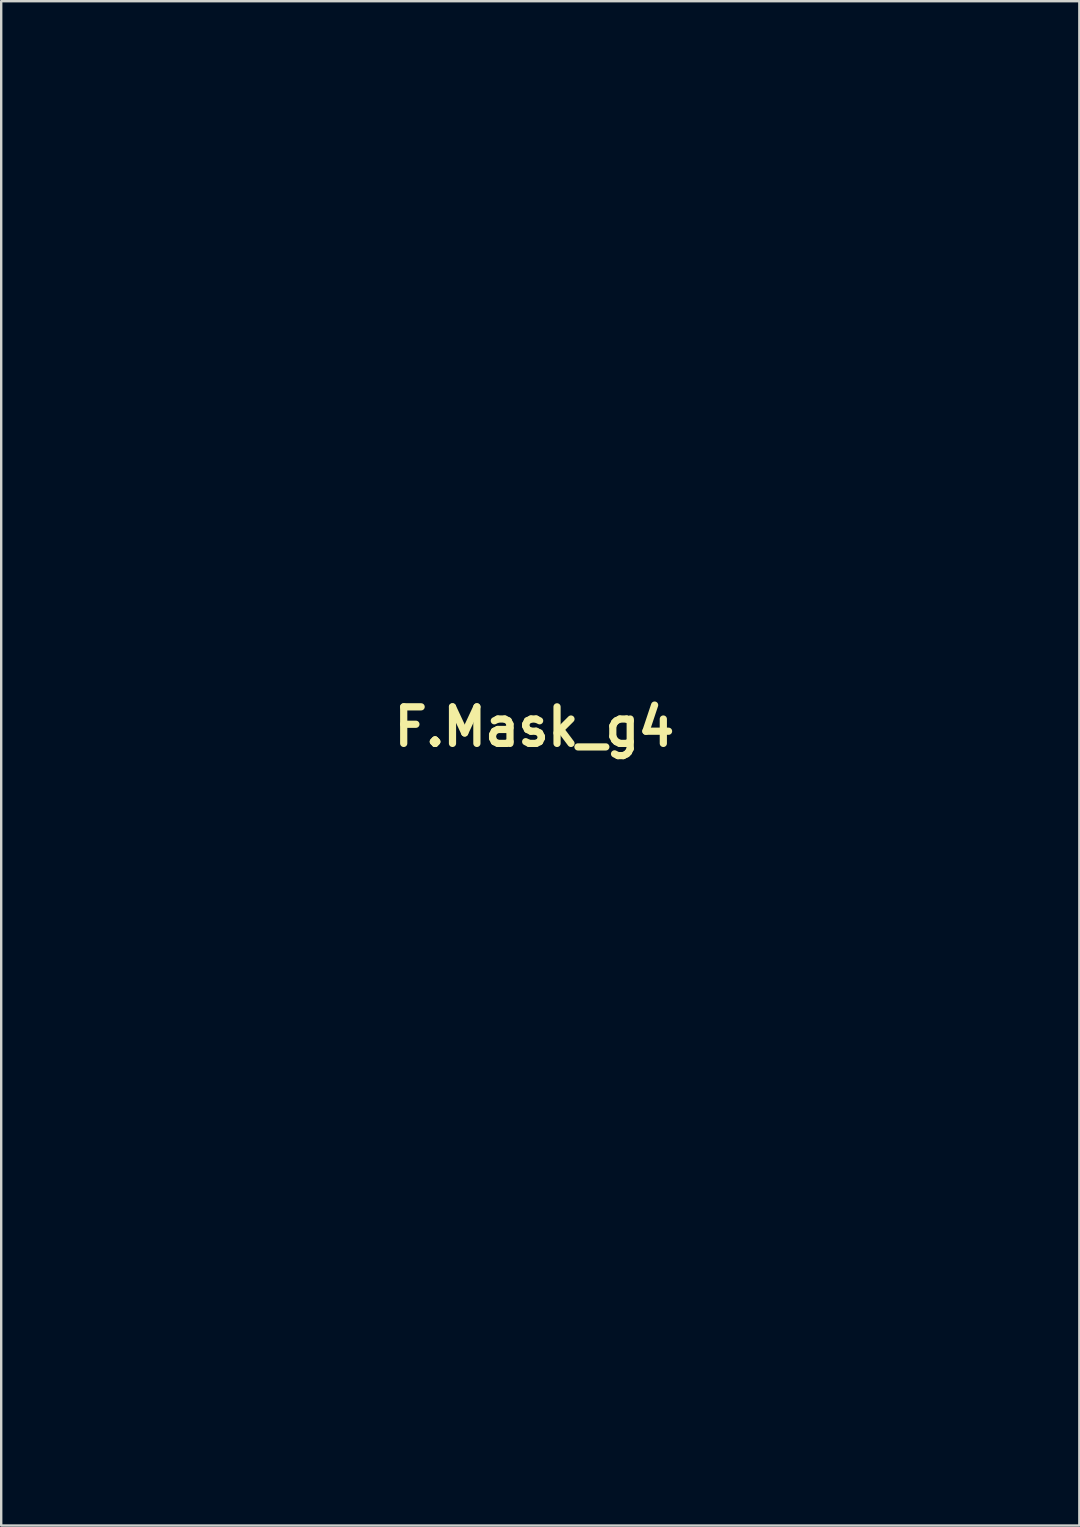
<source format=kicad_pcb>
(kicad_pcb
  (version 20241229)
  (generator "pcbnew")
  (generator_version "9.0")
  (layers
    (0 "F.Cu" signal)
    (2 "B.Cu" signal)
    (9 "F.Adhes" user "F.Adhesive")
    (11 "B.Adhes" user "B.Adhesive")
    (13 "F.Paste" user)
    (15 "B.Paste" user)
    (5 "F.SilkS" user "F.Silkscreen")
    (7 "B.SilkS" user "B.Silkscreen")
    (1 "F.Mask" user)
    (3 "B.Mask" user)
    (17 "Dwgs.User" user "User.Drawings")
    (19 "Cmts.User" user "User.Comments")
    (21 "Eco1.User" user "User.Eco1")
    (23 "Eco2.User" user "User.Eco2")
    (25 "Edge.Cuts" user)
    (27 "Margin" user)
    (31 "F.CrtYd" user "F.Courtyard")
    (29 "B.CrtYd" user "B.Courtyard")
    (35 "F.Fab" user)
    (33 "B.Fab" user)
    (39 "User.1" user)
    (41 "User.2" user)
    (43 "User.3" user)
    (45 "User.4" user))
  (footprint "F.Mask_g4"
    (layer "F.Cu")
    (at 19.208 27.225)
    (property "Reference" "F.Mask_g4" (at 0 0 0) (layer "F.SilkS") (effects (font (size 1.524 1.524) (thickness 0.3))))
    (attr through_hole)
    (fp_poly (pts (xy -12.169 -23.21) (xy -12.121 -23.176) (xy -12.078 -23.117) (xy -12.038 -23.027) (xy -12 -22.904) (xy -11.961 -22.745) (xy -11.937 -22.631) (xy -11.846 -22.232) (xy -11.734 -21.859) (xy -11.598 -21.497) (xy -11.478 -21.23) (xy -11.395 -21.048) (xy -11.334 -20.898) (xy -11.296 -20.779) (xy -11.28 -20.689) (xy -11.284 -20.624) (xy -11.31 -20.584) (xy -11.323 -20.575) (xy -11.368 -20.558) (xy -11.418 -20.557) (xy -11.483 -20.574) (xy -11.564 -20.604) (xy -11.68 -20.659) (xy -11.819 -20.735) (xy -11.971 -20.827) (xy -12.126 -20.927) (xy -12.275 -21.031) (xy -12.408 -21.131) (xy -12.509 -21.215) (xy -12.675 -21.384) (xy -12.809 -21.56) (xy -12.907 -21.74) (xy -12.966 -21.918) (xy -12.977 -21.973) (xy -12.985 -22.14) (xy -12.957 -22.311) (xy -12.892 -22.488) (xy -12.789 -22.674) (xy -12.647 -22.871) (xy -12.634 -22.887) (xy -12.512 -23.028) (xy -12.406 -23.13) (xy -12.314 -23.194) (xy -12.236 -23.219) (xy -12.224 -23.22) (xy -12.169 -23.21)) (stroke (width 0.01) (type solid)) (fill yes) (layer "F.Mask"))
    (fp_poly (pts (xy -9.659 -25.008) (xy -9.623 -24.941) (xy -9.593 -24.839) (xy -9.572 -24.705) (xy -9.558 -24.544) (xy -9.554 -24.359) (xy -9.558 -24.153) (xy -9.558 -24.151) (xy -9.563 -23.967) (xy -9.56 -23.775) (xy -9.55 -23.598) (xy -9.548 -23.569) (xy -9.509 -23.215) (xy -9.455 -22.828) (xy -9.386 -22.416) (xy -9.303 -21.985) (xy -9.209 -21.543) (xy -9.104 -21.094) (xy -8.989 -20.647) (xy -8.879 -20.25) (xy -8.843 -20.124) (xy -8.812 -20.009) (xy -8.787 -19.913) (xy -8.77 -19.842) (xy -8.763 -19.805) (xy -8.763 -19.803) (xy -8.778 -19.743) (xy -8.82 -19.713) (xy -8.886 -19.713) (xy -8.97 -19.745) (xy -8.975 -19.748) (xy -9.065 -19.807) (xy -9.175 -19.897) (xy -9.298 -20.012) (xy -9.432 -20.149) (xy -9.572 -20.301) (xy -9.713 -20.465) (xy -9.851 -20.635) (xy -9.982 -20.806) (xy -10.1 -20.974) (xy -10.131 -21.02) (xy -10.3 -21.305) (xy -10.43 -21.586) (xy -10.523 -21.87) (xy -10.579 -22.162) (xy -10.601 -22.469) (xy -10.597 -22.693) (xy -10.563 -23.049) (xy -10.497 -23.415) (xy -10.402 -23.783) (xy -10.282 -24.14) (xy -10.139 -24.475) (xy -10.045 -24.659) (xy -9.988 -24.754) (xy -9.922 -24.844) (xy -9.854 -24.925) (xy -9.791 -24.988) (xy -9.737 -25.027) (xy -9.702 -25.037) (xy -9.659 -25.008)) (stroke (width 0.01) (type solid)) (fill yes) (layer "F.Mask"))
    (fp_poly (pts (xy -2.37 -23.203) (xy -2.273 -23.156) (xy -2.168 -23.084) (xy -2.061 -22.993) (xy -1.96 -22.889) (xy -1.872 -22.777) (xy -1.856 -22.754) (xy -1.771 -22.606) (xy -1.718 -22.46) (xy -1.692 -22.301) (xy -1.688 -22.183) (xy -1.694 -22.043) (xy -1.715 -21.92) (xy -1.755 -21.798) (xy -1.816 -21.665) (xy -1.855 -21.592) (xy -1.923 -21.49) (xy -2.018 -21.375) (xy -2.133 -21.253) (xy -2.259 -21.133) (xy -2.388 -21.023) (xy -2.512 -20.932) (xy -2.524 -20.925) (xy -2.661 -20.84) (xy -2.802 -20.762) (xy -2.94 -20.693) (xy -3.068 -20.636) (xy -3.182 -20.594) (xy -3.274 -20.568) (xy -3.34 -20.562) (xy -3.36 -20.566) (xy -3.381 -20.597) (xy -3.385 -20.654) (xy -3.37 -20.729) (xy -3.353 -20.778) (xy -3.334 -20.821) (xy -3.3 -20.896) (xy -3.254 -20.995) (xy -3.199 -21.11) (xy -3.14 -21.236) (xy -3.123 -21.273) (xy -3.013 -21.509) (xy -2.925 -21.716) (xy -2.855 -21.904) (xy -2.801 -22.078) (xy -2.761 -22.247) (xy -2.732 -22.418) (xy -2.713 -22.598) (xy -2.71 -22.638) (xy -2.7 -22.75) (xy -2.689 -22.854) (xy -2.677 -22.94) (xy -2.666 -22.995) (xy -2.665 -22.997) (xy -2.632 -23.07) (xy -2.581 -23.138) (xy -2.522 -23.191) (xy -2.465 -23.218) (xy -2.451 -23.22) (xy -2.37 -23.203)) (stroke (width 0.01) (type solid)) (fill yes) (layer "F.Mask"))
    (fp_poly (pts (xy -4.844 -25.163) (xy -4.784 -25.103) (xy -4.717 -25.01) (xy -4.643 -24.888) (xy -4.565 -24.739) (xy -4.483 -24.565) (xy -4.399 -24.37) (xy -4.32 -24.166) (xy -4.189 -23.79) (xy -4.088 -23.441) (xy -4.016 -23.116) (xy -3.974 -22.812) (xy -3.96 -22.525) (xy -3.975 -22.255) (xy -4.019 -21.996) (xy -4.075 -21.791) (xy -4.175 -21.533) (xy -4.31 -21.263) (xy -4.476 -20.986) (xy -4.67 -20.71) (xy -4.769 -20.584) (xy -4.857 -20.479) (xy -4.961 -20.363) (xy -5.073 -20.241) (xy -5.189 -20.12) (xy -5.301 -20.008) (xy -5.402 -19.911) (xy -5.487 -19.835) (xy -5.528 -19.802) (xy -5.62 -19.742) (xy -5.697 -19.71) (xy -5.753 -19.708) (xy -5.786 -19.737) (xy -5.787 -19.74) (xy -5.796 -19.785) (xy -5.8 -19.838) (xy -5.794 -19.886) (xy -5.779 -19.97) (xy -5.756 -20.086) (xy -5.724 -20.229) (xy -5.686 -20.395) (xy -5.642 -20.579) (xy -5.593 -20.777) (xy -5.541 -20.984) (xy -5.513 -21.093) (xy -5.375 -21.671) (xy -5.264 -22.23) (xy -5.18 -22.78) (xy -5.12 -23.33) (xy -5.083 -23.894) (xy -5.08 -23.961) (xy -5.066 -24.255) (xy -5.049 -24.51) (xy -5.03 -24.725) (xy -5.009 -24.899) (xy -4.986 -25.033) (xy -4.96 -25.125) (xy -4.932 -25.176) (xy -4.932 -25.176) (xy -4.893 -25.188) (xy -4.844 -25.163)) (stroke (width 0.01) (type solid)) (fill yes) (layer "F.Mask"))
    (fp_poly (pts (xy 4.293 -14.859) (xy 4.3 -14.838) (xy 4.288 -14.793) (xy 4.263 -14.715) (xy 4.229 -14.609) (xy 4.186 -14.48) (xy 4.136 -14.334) (xy 4.082 -14.177) (xy 4.026 -14.013) (xy 3.968 -13.849) (xy 3.912 -13.689) (xy 3.859 -13.539) (xy 3.811 -13.406) (xy 3.77 -13.293) (xy 3.737 -13.206) (xy 3.716 -13.152) (xy 3.709 -13.138) (xy 3.619 -13.012) (xy 3.503 -12.912) (xy 3.369 -12.845) (xy 3.358 -12.841) (xy 3.27 -12.819) (xy 3.148 -12.795) (xy 3 -12.77) (xy 2.833 -12.746) (xy 2.656 -12.723) (xy 2.475 -12.702) (xy 2.3 -12.684) (xy 2.137 -12.671) (xy 1.995 -12.662) (xy 1.882 -12.66) (xy 1.875 -12.66) (xy 1.772 -12.665) (xy 1.66 -12.673) (xy 1.587 -12.681) (xy 1.472 -12.699) (xy 1.35 -12.724) (xy 1.231 -12.753) (xy 1.127 -12.784) (xy 1.048 -12.813) (xy 1.019 -12.828) (xy 0.958 -12.882) (xy 0.934 -12.946) (xy 0.948 -13.02) (xy 1.001 -13.106) (xy 1.093 -13.203) (xy 1.224 -13.313) (xy 1.396 -13.435) (xy 1.418 -13.45) (xy 1.592 -13.561) (xy 1.797 -13.684) (xy 2.028 -13.817) (xy 2.277 -13.956) (xy 2.537 -14.096) (xy 2.802 -14.234) (xy 3.065 -14.368) (xy 3.318 -14.492) (xy 3.555 -14.604) (xy 3.769 -14.699) (xy 3.916 -14.76) (xy 4.062 -14.815) (xy 4.174 -14.85) (xy 4.251 -14.865) (xy 4.293 -14.859)) (stroke (width 0.01) (type solid)) (fill yes) (layer "F.Mask"))
    (fp_poly (pts (xy -18.833 -15.014) (xy -18.738 -14.973) (xy -18.613 -14.912) (xy -18.462 -14.833) (xy -18.286 -14.735) (xy -18.15 -14.657) (xy -17.912 -14.519) (xy -17.705 -14.4) (xy -17.528 -14.298) (xy -17.375 -14.211) (xy -17.243 -14.136) (xy -17.128 -14.072) (xy -17.026 -14.016) (xy -16.933 -13.966) (xy -16.845 -13.919) (xy -16.758 -13.874) (xy -16.669 -13.829) (xy -16.658 -13.824) (xy -16.523 -13.757) (xy -16.382 -13.688) (xy -16.247 -13.624) (xy -16.128 -13.569) (xy -16.055 -13.537) (xy -15.873 -13.455) (xy -15.73 -13.383) (xy -15.621 -13.317) (xy -15.544 -13.255) (xy -15.496 -13.197) (xy -15.475 -13.138) (xy -15.473 -13.113) (xy -15.479 -13.066) (xy -15.504 -13.023) (xy -15.553 -12.972) (xy -15.572 -12.955) (xy -15.722 -12.848) (xy -15.9 -12.766) (xy -16.108 -12.709) (xy -16.347 -12.677) (xy -16.619 -12.67) (xy -16.87 -12.682) (xy -16.995 -12.693) (xy -17.14 -12.711) (xy -17.296 -12.732) (xy -17.453 -12.756) (xy -17.603 -12.781) (xy -17.734 -12.806) (xy -17.838 -12.829) (xy -17.879 -12.84) (xy -18.037 -12.907) (xy -18.172 -13.01) (xy -18.28 -13.14) (xy -18.33 -13.225) (xy -18.387 -13.337) (xy -18.447 -13.472) (xy -18.511 -13.623) (xy -18.576 -13.786) (xy -18.64 -13.958) (xy -18.702 -14.131) (xy -18.76 -14.303) (xy -18.813 -14.468) (xy -18.858 -14.62) (xy -18.894 -14.756) (xy -18.921 -14.871) (xy -18.934 -14.959) (xy -18.935 -15.015) (xy -18.927 -15.033) (xy -18.897 -15.034) (xy -18.833 -15.014)) (stroke (width 0.01) (type solid)) (fill yes) (layer "F.Mask"))
    (fp_poly (pts (xy -18.435 -19.538) (xy -18.404 -19.49) (xy -18.356 -19.415) (xy -18.294 -19.316) (xy -18.222 -19.198) (xy -18.14 -19.065) (xy -18.097 -18.993) (xy -17.967 -18.78) (xy -17.855 -18.598) (xy -17.758 -18.442) (xy -17.672 -18.305) (xy -17.593 -18.183) (xy -17.518 -18.069) (xy -17.444 -17.96) (xy -17.366 -17.847) (xy -17.281 -17.728) (xy -17.27 -17.713) (xy -17.089 -17.463) (xy -16.912 -17.225) (xy -16.732 -16.992) (xy -16.545 -16.756) (xy -16.342 -16.509) (xy -16.119 -16.242) (xy -16.023 -16.129) (xy -15.834 -15.905) (xy -15.672 -15.709) (xy -15.534 -15.539) (xy -15.419 -15.39) (xy -15.325 -15.261) (xy -15.25 -15.149) (xy -15.191 -15.05) (xy -15.146 -14.963) (xy -15.146 -14.963) (xy -15.107 -14.867) (xy -15.094 -14.798) (xy -15.108 -14.753) (xy -15.133 -14.733) (xy -15.163 -14.72) (xy -15.195 -14.715) (xy -15.236 -14.719) (xy -15.293 -14.735) (xy -15.372 -14.764) (xy -15.479 -14.807) (xy -15.547 -14.835) (xy -16.102 -15.075) (xy -16.618 -15.318) (xy -17.097 -15.564) (xy -17.543 -15.815) (xy -17.956 -16.073) (xy -18.342 -16.339) (xy -18.576 -16.516) (xy -18.743 -16.651) (xy -18.878 -16.775) (xy -18.98 -16.884) (xy -19.048 -16.977) (xy -19.073 -17.029) (xy -19.087 -17.095) (xy -19.097 -17.183) (xy -19.099 -17.261) (xy -19.091 -17.366) (xy -19.072 -17.503) (xy -19.043 -17.665) (xy -19.007 -17.846) (xy -18.964 -18.037) (xy -18.916 -18.231) (xy -18.866 -18.42) (xy -18.814 -18.598) (xy -18.768 -18.743) (xy -18.747 -18.8) (xy -18.717 -18.882) (xy -18.679 -18.981) (xy -18.636 -19.09) (xy -18.592 -19.202) (xy -18.549 -19.31) (xy -18.51 -19.406) (xy -18.478 -19.484) (xy -18.456 -19.536) (xy -18.447 -19.554) (xy -18.435 -19.538)) (stroke (width 0.01) (type solid)) (fill yes) (layer "F.Mask"))
    (fp_poly (pts (xy 3.857 -19.502) (xy 3.886 -19.467) (xy 3.922 -19.396) (xy 3.965 -19.293) (xy 4.014 -19.163) (xy 4.066 -19.011) (xy 4.121 -18.841) (xy 4.177 -18.659) (xy 4.233 -18.468) (xy 4.287 -18.275) (xy 4.338 -18.083) (xy 4.386 -17.897) (xy 4.427 -17.722) (xy 4.461 -17.563) (xy 4.487 -17.425) (xy 4.503 -17.312) (xy 4.508 -17.235) (xy 4.5 -17.163) (xy 4.472 -17.088) (xy 4.422 -17.008) (xy 4.348 -16.919) (xy 4.247 -16.817) (xy 4.117 -16.701) (xy 3.954 -16.566) (xy 3.884 -16.51) (xy 3.799 -16.446) (xy 3.685 -16.365) (xy 3.549 -16.271) (xy 3.397 -16.168) (xy 3.238 -16.063) (xy 3.078 -15.959) (xy 2.925 -15.861) (xy 2.784 -15.774) (xy 2.699 -15.723) (xy 2.419 -15.562) (xy 2.149 -15.414) (xy 1.889 -15.28) (xy 1.644 -15.16) (xy 1.414 -15.057) (xy 1.204 -14.97) (xy 1.015 -14.901) (xy 0.85 -14.852) (xy 0.712 -14.822) (xy 0.603 -14.814) (xy 0.526 -14.828) (xy 0.51 -14.836) (xy 0.491 -14.872) (xy 0.494 -14.905) (xy 0.519 -14.963) (xy 0.571 -15.051) (xy 0.649 -15.167) (xy 0.752 -15.31) (xy 0.879 -15.478) (xy 1.029 -15.669) (xy 1.2 -15.882) (xy 1.392 -16.116) (xy 1.602 -16.368) (xy 1.641 -16.415) (xy 1.765 -16.564) (xy 1.906 -16.741) (xy 2.058 -16.936) (xy 2.216 -17.141) (xy 2.373 -17.349) (xy 2.522 -17.55) (xy 2.658 -17.737) (xy 2.773 -17.902) (xy 2.779 -17.91) (xy 2.848 -18.013) (xy 2.932 -18.143) (xy 3.024 -18.287) (xy 3.116 -18.434) (xy 3.201 -18.574) (xy 3.205 -18.58) (xy 3.354 -18.826) (xy 3.484 -19.033) (xy 3.595 -19.203) (xy 3.687 -19.334) (xy 3.76 -19.429) (xy 3.815 -19.485) (xy 3.85 -19.504) (xy 3.857 -19.502)) (stroke (width 0.01) (type solid)) (fill yes) (layer "F.Mask"))
    (fp_poly (pts (xy -6.531 -27.173) (xy -6.523 -27.129) (xy -6.511 -27.05) (xy -6.496 -26.943) (xy -6.478 -26.814) (xy -6.459 -26.669) (xy -6.439 -26.517) (xy -6.419 -26.362) (xy -6.4 -26.213) (xy -6.383 -26.075) (xy -6.369 -25.956) (xy -6.36 -25.876) (xy -6.33 -25.532) (xy -6.314 -25.181) (xy -6.312 -24.819) (xy -6.324 -24.442) (xy -6.351 -24.045) (xy -6.392 -23.623) (xy -6.449 -23.174) (xy -6.52 -22.691) (xy -6.562 -22.437) (xy -6.599 -22.216) (xy -6.642 -21.974) (xy -6.688 -21.718) (xy -6.737 -21.45) (xy -6.788 -21.176) (xy -6.839 -20.9) (xy -6.892 -20.628) (xy -6.943 -20.364) (xy -6.992 -20.112) (xy -7.039 -19.877) (xy -7.083 -19.665) (xy -7.122 -19.479) (xy -7.156 -19.325) (xy -7.183 -19.208) (xy -7.187 -19.192) (xy -7.225 -19.053) (xy -7.258 -18.953) (xy -7.289 -18.891) (xy -7.318 -18.865) (xy -7.347 -18.872) (xy -7.361 -18.886) (xy -7.389 -18.928) (xy -7.415 -18.982) (xy -7.441 -19.053) (xy -7.466 -19.143) (xy -7.492 -19.258) (xy -7.521 -19.402) (xy -7.552 -19.577) (xy -7.586 -19.788) (xy -7.609 -19.928) (xy -7.703 -20.484) (xy -7.812 -21.056) (xy -7.934 -21.623) (xy -7.948 -21.685) (xy -8.032 -22.067) (xy -8.103 -22.42) (xy -8.163 -22.753) (xy -8.212 -23.077) (xy -8.252 -23.402) (xy -8.285 -23.738) (xy -8.312 -24.096) (xy -8.321 -24.225) (xy -8.33 -24.427) (xy -8.335 -24.651) (xy -8.335 -24.886) (xy -8.332 -25.123) (xy -8.324 -25.353) (xy -8.313 -25.567) (xy -8.299 -25.754) (xy -8.287 -25.865) (xy -8.274 -25.95) (xy -8.254 -26.068) (xy -8.228 -26.211) (xy -8.198 -26.371) (xy -8.165 -26.539) (xy -8.132 -26.706) (xy -8.099 -26.865) (xy -8.068 -27.007) (xy -8.041 -27.124) (xy -8.03 -27.17) (xy -8.018 -27.22) (xy -6.541 -27.22) (xy -6.531 -27.173)) (stroke (width 0.01) (type solid)) (fill yes) (layer "F.Mask"))
    (fp_poly (pts (xy -5.339 26.239) (xy -5.234 26.281) (xy -5.1 26.349) (xy -4.939 26.443) (xy -4.787 26.54) (xy -4.64 26.634) (xy -4.518 26.707) (xy -4.412 26.762) (xy -4.313 26.805) (xy -4.213 26.839) (xy -4.12 26.865) (xy -4.058 26.88) (xy -4.001 26.89) (xy -3.94 26.897) (xy -3.868 26.901) (xy -3.778 26.902) (xy -3.661 26.9) (xy -3.51 26.896) (xy -3.503 26.896) (xy -3.13 26.877) (xy -2.781 26.842) (xy -2.458 26.791) (xy -2.164 26.726) (xy -1.903 26.646) (xy -1.676 26.553) (xy -1.486 26.447) (xy -1.471 26.437) (xy -1.359 26.368) (xy -1.261 26.319) (xy -1.183 26.295) (xy -1.149 26.293) (xy -1.107 26.306) (xy -1.071 26.336) (xy -1.039 26.389) (xy -1.01 26.47) (xy -0.979 26.583) (xy -0.95 26.713) (xy -0.908 26.954) (xy -0.888 27.163) (xy -0.893 27.346) (xy -0.922 27.505) (xy -0.978 27.646) (xy -1.06 27.772) (xy -1.17 27.889) (xy -1.189 27.905) (xy -1.315 28.001) (xy -1.474 28.099) (xy -1.661 28.198) (xy -1.866 28.292) (xy -2.083 28.38) (xy -2.303 28.458) (xy -2.519 28.522) (xy -2.699 28.565) (xy -2.893 28.593) (xy -3.107 28.607) (xy -3.322 28.604) (xy -3.514 28.587) (xy -3.714 28.552) (xy -3.933 28.505) (xy -4.159 28.449) (xy -4.38 28.387) (xy -4.586 28.322) (xy -4.763 28.257) (xy -4.796 28.243) (xy -4.903 28.194) (xy -5.018 28.133) (xy -5.119 28.073) (xy -5.136 28.062) (xy -5.259 27.971) (xy -5.359 27.873) (xy -5.44 27.763) (xy -5.503 27.636) (xy -5.551 27.488) (xy -5.586 27.311) (xy -5.609 27.102) (xy -5.621 26.924) (xy -5.626 26.715) (xy -5.618 26.546) (xy -5.596 26.414) (xy -5.56 26.318) (xy -5.509 26.256) (xy -5.443 26.228) (xy -5.414 26.226) (xy -5.339 26.239)) (stroke (width 0.01) (type solid)) (fill yes) (layer "F.Mask"))
    (fp_poly (pts (xy -14.285 -19.742) (xy -13.877 -19.733) (xy -13.491 -19.717) (xy -13.13 -19.697) (xy -12.796 -19.671) (xy -12.493 -19.64) (xy -12.224 -19.605) (xy -11.99 -19.565) (xy -11.796 -19.52) (xy -11.772 -19.514) (xy -11.463 -19.405) (xy -11.163 -19.257) (xy -10.875 -19.071) (xy -10.603 -18.85) (xy -10.348 -18.595) (xy -10.113 -18.308) (xy -9.922 -18.028) (xy -9.785 -17.789) (xy -9.655 -17.526) (xy -9.536 -17.25) (xy -9.434 -16.974) (xy -9.352 -16.708) (xy -9.311 -16.539) (xy -9.283 -16.374) (xy -9.268 -16.206) (xy -9.264 -16.046) (xy -9.274 -15.903) (xy -9.296 -15.789) (xy -9.301 -15.773) (xy -9.34 -15.679) (xy -9.39 -15.607) (xy -9.458 -15.553) (xy -9.551 -15.51) (xy -9.678 -15.473) (xy -9.709 -15.466) (xy -9.834 -15.439) (xy -9.978 -15.411) (xy -10.118 -15.388) (xy -10.18 -15.379) (xy -10.297 -15.365) (xy -10.442 -15.354) (xy -10.604 -15.345) (xy -10.773 -15.338) (xy -10.936 -15.334) (xy -11.084 -15.333) (xy -11.204 -15.336) (xy -11.239 -15.338) (xy -11.67 -15.388) (xy -12.107 -15.472) (xy -12.542 -15.589) (xy -12.96 -15.735) (xy -13.078 -15.783) (xy -13.408 -15.935) (xy -13.735 -16.113) (xy -14.049 -16.311) (xy -14.343 -16.523) (xy -14.609 -16.745) (xy -14.799 -16.928) (xy -14.952 -17.099) (xy -15.107 -17.292) (xy -15.259 -17.503) (xy -15.408 -17.725) (xy -15.549 -17.956) (xy -15.68 -18.19) (xy -15.8 -18.422) (xy -15.905 -18.647) (xy -15.993 -18.861) (xy -16.061 -19.059) (xy -16.107 -19.236) (xy -16.128 -19.387) (xy -16.129 -19.425) (xy -16.118 -19.536) (xy -16.084 -19.617) (xy -16.022 -19.674) (xy -15.976 -19.698) (xy -15.948 -19.708) (xy -15.915 -19.717) (xy -15.871 -19.724) (xy -15.813 -19.729) (xy -15.736 -19.734) (xy -15.634 -19.737) (xy -15.504 -19.74) (xy -15.341 -19.742) (xy -15.155 -19.744) (xy -14.712 -19.746) (xy -14.285 -19.742)) (stroke (width 0.01) (type solid)) (fill yes) (layer "F.Mask"))
    (fp_poly (pts (xy -11.631 26.069) (xy -11.585 26.103) (xy -11.519 26.153) (xy -11.44 26.215) (xy -11.434 26.22) (xy -11.301 26.323) (xy -11.185 26.405) (xy -11.074 26.473) (xy -10.956 26.536) (xy -10.816 26.6) (xy -10.789 26.612) (xy -10.515 26.722) (xy -10.212 26.824) (xy -9.894 26.915) (xy -9.573 26.992) (xy -9.326 27.04) (xy -9.204 27.059) (xy -9.093 27.07) (xy -8.987 27.073) (xy -8.881 27.067) (xy -8.77 27.05) (xy -8.648 27.021) (xy -8.509 26.98) (xy -8.349 26.924) (xy -8.162 26.854) (xy -7.942 26.768) (xy -7.906 26.753) (xy -7.757 26.694) (xy -7.605 26.635) (xy -7.46 26.58) (xy -7.332 26.532) (xy -7.229 26.495) (xy -7.203 26.486) (xy -7.1 26.452) (xy -7.03 26.431) (xy -6.985 26.422) (xy -6.956 26.423) (xy -6.938 26.434) (xy -6.933 26.438) (xy -6.909 26.484) (xy -6.889 26.565) (xy -6.875 26.676) (xy -6.866 26.809) (xy -6.864 26.958) (xy -6.869 27.114) (xy -6.883 27.341) (xy -6.904 27.531) (xy -6.931 27.687) (xy -6.967 27.816) (xy -7.012 27.92) (xy -7.068 28.006) (xy -7.131 28.073) (xy -7.213 28.137) (xy -7.324 28.21) (xy -7.452 28.284) (xy -7.588 28.354) (xy -7.655 28.386) (xy -7.858 28.468) (xy -8.082 28.543) (xy -8.318 28.609) (xy -8.561 28.665) (xy -8.802 28.71) (xy -9.036 28.742) (xy -9.254 28.761) (xy -9.451 28.764) (xy -9.618 28.751) (xy -9.667 28.743) (xy -9.731 28.725) (xy -9.833 28.689) (xy -9.971 28.635) (xy -10.147 28.563) (xy -10.359 28.473) (xy -10.608 28.366) (xy -10.892 28.242) (xy -11.038 28.177) (xy -11.652 27.905) (xy -11.658 26.981) (xy -11.659 26.787) (xy -11.659 26.608) (xy -11.659 26.446) (xy -11.658 26.307) (xy -11.657 26.194) (xy -11.655 26.112) (xy -11.653 26.066) (xy -11.651 26.056) (xy -11.631 26.069)) (stroke (width 0.01) (type solid)) (fill yes) (layer "F.Mask"))
    (fp_poly (pts (xy 6.202 1.596) (xy 6.298 1.617) (xy 6.376 1.656) (xy 6.439 1.718) (xy 6.494 1.807) (xy 6.546 1.928) (xy 6.602 2.086) (xy 6.614 2.122) (xy 6.692 2.367) (xy 6.753 2.58) (xy 6.798 2.766) (xy 6.829 2.93) (xy 6.848 3.078) (xy 6.852 3.134) (xy 6.855 3.271) (xy 6.849 3.374) (xy 6.83 3.453) (xy 6.796 3.516) (xy 6.746 3.57) (xy 6.741 3.575) (xy 6.692 3.613) (xy 6.638 3.642) (xy 6.571 3.663) (xy 6.484 3.68) (xy 6.369 3.693) (xy 6.223 3.705) (xy 6.105 3.715) (xy 5.991 3.725) (xy 5.893 3.736) (xy 5.824 3.746) (xy 5.821 3.747) (xy 5.509 3.819) (xy 5.179 3.924) (xy 4.833 4.059) (xy 4.478 4.222) (xy 4.117 4.41) (xy 3.754 4.622) (xy 3.393 4.853) (xy 3.039 5.102) (xy 2.697 5.366) (xy 2.37 5.643) (xy 2.063 5.929) (xy 1.947 6.046) (xy 1.812 6.186) (xy 1.697 6.311) (xy 1.594 6.43) (xy 1.496 6.552) (xy 1.396 6.685) (xy 1.287 6.839) (xy 1.186 6.985) (xy 1.112 7.093) (xy 1.046 7.189) (xy 0.991 7.269) (xy 0.951 7.325) (xy 0.93 7.353) (xy 0.929 7.354) (xy 0.923 7.341) (xy 0.918 7.29) (xy 0.914 7.206) (xy 0.911 7.093) (xy 0.911 6.956) (xy 0.911 6.952) (xy 0.916 6.67) (xy 0.931 6.422) (xy 0.958 6.203) (xy 0.996 6.005) (xy 1.006 5.963) (xy 1.131 5.551) (xy 1.297 5.145) (xy 1.501 4.747) (xy 1.743 4.36) (xy 2.018 3.985) (xy 2.328 3.625) (xy 2.668 3.282) (xy 3.038 2.957) (xy 3.436 2.653) (xy 3.86 2.371) (xy 4.308 2.115) (xy 4.405 2.064) (xy 4.69 1.925) (xy 4.951 1.813) (xy 5.193 1.726) (xy 5.424 1.662) (xy 5.648 1.62) (xy 5.874 1.597) (xy 5.927 1.594) (xy 6.08 1.59) (xy 6.202 1.596)) (stroke (width 0.01) (type solid)) (fill yes) (layer "F.Mask"))
    (fp_poly (pts (xy -14.071 16.631) (xy -14.002 16.674) (xy -13.905 16.747) (xy -13.779 16.847) (xy -13.626 16.975) (xy -13.445 17.129) (xy -13.313 17.245) (xy -12.915 17.571) (xy -12.507 17.855) (xy -12.089 18.1) (xy -11.66 18.303) (xy -11.219 18.467) (xy -10.764 18.592) (xy -10.296 18.678) (xy -9.978 18.713) (xy -9.717 18.728) (xy -9.452 18.728) (xy -9.176 18.713) (xy -8.882 18.682) (xy -8.564 18.635) (xy -8.215 18.571) (xy -8.143 18.556) (xy -8.027 18.533) (xy -7.925 18.515) (xy -7.846 18.502) (xy -7.796 18.496) (xy -7.781 18.497) (xy -7.773 18.523) (xy -7.758 18.584) (xy -7.736 18.676) (xy -7.708 18.792) (xy -7.677 18.928) (xy -7.643 19.077) (xy -7.607 19.234) (xy -7.571 19.393) (xy -7.536 19.55) (xy -7.503 19.698) (xy -7.474 19.832) (xy -7.45 19.946) (xy -7.431 20.035) (xy -7.42 20.093) (xy -7.42 20.095) (xy -7.398 20.24) (xy -7.389 20.353) (xy -7.393 20.444) (xy -7.411 20.52) (xy -7.435 20.575) (xy -7.47 20.63) (xy -7.521 20.678) (xy -7.591 20.721) (xy -7.686 20.762) (xy -7.811 20.804) (xy -7.972 20.849) (xy -8.008 20.859) (xy -8.409 20.951) (xy -8.788 21.014) (xy -9.151 21.048) (xy -9.505 21.055) (xy -9.819 21.037) (xy -10.016 21.015) (xy -10.223 20.984) (xy -10.42 20.947) (xy -10.54 20.92) (xy -10.69 20.874) (xy -10.868 20.807) (xy -11.069 20.721) (xy -11.286 20.619) (xy -11.513 20.504) (xy -11.745 20.38) (xy -11.975 20.25) (xy -12.198 20.116) (xy -12.409 19.982) (xy -12.6 19.852) (xy -12.736 19.751) (xy -12.967 19.552) (xy -13.157 19.344) (xy -13.283 19.166) (xy -13.343 19.058) (xy -13.413 18.913) (xy -13.491 18.734) (xy -13.575 18.525) (xy -13.664 18.29) (xy -13.757 18.032) (xy -13.844 17.78) (xy -13.933 17.509) (xy -14.007 17.272) (xy -14.064 17.071) (xy -14.105 16.906) (xy -14.13 16.777) (xy -14.139 16.685) (xy -14.131 16.631) (xy -14.11 16.616) (xy -14.071 16.631)) (stroke (width 0.01) (type solid)) (fill yes) (layer "F.Mask"))
    (fp_poly (pts (xy -1.218 22.273) (xy -1.216 22.276) (xy -1.203 22.3) (xy -1.192 22.337) (xy -1.183 22.389) (xy -1.177 22.461) (xy -1.172 22.555) (xy -1.168 22.675) (xy -1.167 22.825) (xy -1.166 23.007) (xy -1.167 23.227) (xy -1.168 23.388) (xy -1.175 24.202) (xy -1.513 24.356) (xy -1.714 24.446) (xy -1.885 24.519) (xy -2.032 24.579) (xy -2.164 24.628) (xy -2.288 24.668) (xy -2.411 24.704) (xy -2.479 24.722) (xy -2.761 24.78) (xy -3.067 24.821) (xy -3.382 24.843) (xy -3.693 24.845) (xy -3.895 24.835) (xy -4.01 24.821) (xy -4.15 24.799) (xy -4.301 24.77) (xy -4.447 24.739) (xy -4.573 24.707) (xy -4.625 24.691) (xy -4.747 24.647) (xy -4.88 24.59) (xy -5.014 24.525) (xy -5.14 24.458) (xy -5.247 24.393) (xy -5.324 24.337) (xy -5.327 24.334) (xy -5.404 24.253) (xy -5.465 24.156) (xy -5.511 24.039) (xy -5.545 23.894) (xy -5.569 23.717) (xy -5.576 23.633) (xy -5.58 23.578) (xy -5.586 23.491) (xy -5.592 23.378) (xy -5.6 23.245) (xy -5.608 23.1) (xy -5.617 22.949) (xy -5.625 22.798) (xy -5.633 22.655) (xy -5.64 22.524) (xy -5.645 22.414) (xy -5.649 22.331) (xy -5.651 22.281) (xy -5.651 22.273) (xy -5.635 22.276) (xy -5.59 22.302) (xy -5.522 22.345) (xy -5.436 22.403) (xy -5.339 22.471) (xy -5.127 22.617) (xy -4.934 22.735) (xy -4.75 22.831) (xy -4.566 22.907) (xy -4.371 22.97) (xy -4.157 23.022) (xy -4.096 23.035) (xy -3.955 23.056) (xy -3.783 23.072) (xy -3.592 23.081) (xy -3.393 23.084) (xy -3.197 23.081) (xy -3.016 23.071) (xy -2.861 23.055) (xy -2.805 23.046) (xy -2.497 22.975) (xy -2.214 22.882) (xy -2.039 22.808) (xy -1.887 22.732) (xy -1.761 22.658) (xy -1.649 22.576) (xy -1.536 22.479) (xy -1.503 22.448) (xy -1.433 22.383) (xy -1.367 22.326) (xy -1.316 22.285) (xy -1.304 22.277) (xy -1.262 22.252) (xy -1.239 22.251) (xy -1.218 22.273)) (stroke (width 0.01) (type solid)) (fill yes) (layer "F.Mask"))
    (fp_poly (pts (xy 13.17 1.361) (xy 13.211 1.383) (xy 13.254 1.428) (xy 13.306 1.503) (xy 13.326 1.535) (xy 13.423 1.68) (xy 13.547 1.85) (xy 13.699 2.044) (xy 13.879 2.265) (xy 14.074 2.498) (xy 14.2 2.655) (xy 14.293 2.795) (xy 14.354 2.922) (xy 14.387 3.039) (xy 14.393 3.123) (xy 14.386 3.221) (xy 14.365 3.348) (xy 14.333 3.491) (xy 14.293 3.639) (xy 14.248 3.782) (xy 14.204 3.9) (xy 14.074 4.165) (xy 13.908 4.43) (xy 13.71 4.689) (xy 13.485 4.935) (xy 13.238 5.163) (xy 13.232 5.167) (xy 12.913 5.411) (xy 12.577 5.625) (xy 12.226 5.809) (xy 11.865 5.961) (xy 11.498 6.079) (xy 11.129 6.163) (xy 10.763 6.21) (xy 10.403 6.221) (xy 10.099 6.198) (xy 9.994 6.181) (xy 9.908 6.155) (xy 9.831 6.114) (xy 9.752 6.053) (xy 9.66 5.965) (xy 9.63 5.934) (xy 9.47 5.755) (xy 9.301 5.542) (xy 9.127 5.3) (xy 8.952 5.036) (xy 8.778 4.754) (xy 8.61 4.461) (xy 8.452 4.163) (xy 8.316 3.884) (xy 8.271 3.786) (xy 8.223 3.674) (xy 8.174 3.556) (xy 8.127 3.438) (xy 8.084 3.326) (xy 8.047 3.228) (xy 8.02 3.15) (xy 8.005 3.099) (xy 8.004 3.081) (xy 8.026 3.08) (xy 8.086 3.082) (xy 8.179 3.086) (xy 8.3 3.093) (xy 8.445 3.101) (xy 8.61 3.111) (xy 8.788 3.123) (xy 8.827 3.125) (xy 9.143 3.145) (xy 9.422 3.159) (xy 9.667 3.168) (xy 9.883 3.17) (xy 10.075 3.166) (xy 10.245 3.155) (xy 10.4 3.136) (xy 10.543 3.11) (xy 10.679 3.074) (xy 10.811 3.03) (xy 10.945 2.976) (xy 11.084 2.913) (xy 11.176 2.868) (xy 11.541 2.662) (xy 11.9 2.415) (xy 12.252 2.126) (xy 12.567 1.826) (xy 12.704 1.688) (xy 12.816 1.579) (xy 12.905 1.495) (xy 12.976 1.433) (xy 13.032 1.391) (xy 13.076 1.367) (xy 13.111 1.356) (xy 13.125 1.355) (xy 13.17 1.361)) (stroke (width 0.01) (type solid)) (fill yes) (layer "F.Mask"))
    (fp_poly (pts (xy 0.613 -19.742) (xy 0.852 -19.736) (xy 0.944 -19.732) (xy 1.09 -19.724) (xy 1.225 -19.716) (xy 1.341 -19.707) (xy 1.434 -19.699) (xy 1.495 -19.692) (xy 1.513 -19.689) (xy 1.548 -19.677) (xy 1.567 -19.658) (xy 1.574 -19.622) (xy 1.574 -19.556) (xy 1.573 -19.543) (xy 1.557 -19.409) (xy 1.516 -19.246) (xy 1.452 -19.06) (xy 1.368 -18.855) (xy 1.266 -18.634) (xy 1.148 -18.403) (xy 1.016 -18.166) (xy 0.872 -17.928) (xy 0.719 -17.692) (xy 0.558 -17.463) (xy 0.511 -17.399) (xy 0.337 -17.184) (xy 0.135 -16.963) (xy -0.089 -16.743) (xy -0.328 -16.529) (xy -0.574 -16.327) (xy -0.821 -16.144) (xy -1.061 -15.984) (xy -1.289 -15.856) (xy -1.31 -15.845) (xy -1.45 -15.777) (xy -1.587 -15.718) (xy -1.726 -15.666) (xy -1.872 -15.62) (xy -2.031 -15.577) (xy -2.209 -15.538) (xy -2.41 -15.5) (xy -2.64 -15.462) (xy -2.905 -15.423) (xy -3.006 -15.409) (xy -3.236 -15.377) (xy -3.431 -15.353) (xy -3.596 -15.334) (xy -3.737 -15.322) (xy -3.86 -15.315) (xy -3.972 -15.313) (xy -4.078 -15.316) (xy -4.184 -15.323) (xy -4.223 -15.326) (xy -4.341 -15.339) (xy -4.478 -15.358) (xy -4.611 -15.38) (xy -4.665 -15.389) (xy -4.83 -15.425) (xy -4.959 -15.466) (xy -5.057 -15.517) (xy -5.129 -15.584) (xy -5.18 -15.672) (xy -5.217 -15.789) (xy -5.244 -15.938) (xy -5.251 -15.991) (xy -5.267 -16.267) (xy -5.245 -16.556) (xy -5.187 -16.855) (xy -5.094 -17.161) (xy -4.968 -17.47) (xy -4.809 -17.78) (xy -4.62 -18.085) (xy -4.4 -18.384) (xy -4.321 -18.481) (xy -4.069 -18.754) (xy -3.798 -18.996) (xy -3.512 -19.205) (xy -3.215 -19.376) (xy -3.187 -19.389) (xy -3.033 -19.46) (xy -2.889 -19.516) (xy -2.744 -19.558) (xy -2.586 -19.592) (xy -2.404 -19.619) (xy -2.297 -19.632) (xy -2.073 -19.653) (xy -1.815 -19.673) (xy -1.529 -19.691) (xy -1.224 -19.707) (xy -0.906 -19.72) (xy -0.583 -19.73) (xy -0.262 -19.738) (xy 0.049 -19.743) (xy 0.343 -19.744) (xy 0.613 -19.742)) (stroke (width 0.01) (type solid)) (fill yes) (layer "F.Mask"))
    (fp_poly (pts (xy -18.019 22.176) (xy -17.868 22.187) (xy -17.738 22.209) (xy -17.73 22.211) (xy -17.486 22.289) (xy -17.261 22.399) (xy -17.05 22.544) (xy -16.851 22.726) (xy -16.659 22.947) (xy -16.625 22.991) (xy -16.451 23.254) (xy -16.315 23.529) (xy -16.217 23.811) (xy -16.16 24.099) (xy -16.143 24.39) (xy -16.152 24.549) (xy -16.167 24.687) (xy -16.187 24.801) (xy -16.216 24.907) (xy -16.257 25.024) (xy -16.272 25.061) (xy -16.377 25.277) (xy -16.511 25.465) (xy -16.67 25.623) (xy -16.852 25.748) (xy -17.053 25.837) (xy -17.073 25.843) (xy -17.211 25.876) (xy -17.361 25.894) (xy -17.504 25.897) (xy -17.597 25.887) (xy -17.756 25.838) (xy -17.904 25.754) (xy -18.033 25.64) (xy -18.134 25.503) (xy -18.159 25.456) (xy -18.194 25.367) (xy -18.2 25.294) (xy -18.178 25.223) (xy -18.173 25.211) (xy -18.135 25.158) (xy -18.084 25.12) (xy -18.011 25.095) (xy -17.911 25.081) (xy -17.778 25.077) (xy -17.712 25.078) (xy -17.569 25.079) (xy -17.463 25.073) (xy -17.384 25.058) (xy -17.328 25.033) (xy -17.288 24.994) (xy -17.256 24.939) (xy -17.249 24.925) (xy -17.209 24.797) (xy -17.186 24.643) (xy -17.18 24.471) (xy -17.192 24.295) (xy -17.221 24.124) (xy -17.241 24.045) (xy -17.322 23.84) (xy -17.435 23.653) (xy -17.575 23.491) (xy -17.738 23.359) (xy -17.852 23.293) (xy -17.945 23.25) (xy -18.022 23.224) (xy -18.101 23.21) (xy -18.191 23.203) (xy -18.317 23.202) (xy -18.432 23.217) (xy -18.551 23.249) (xy -18.684 23.303) (xy -18.757 23.336) (xy -18.874 23.386) (xy -18.959 23.408) (xy -19.014 23.402) (xy -19.037 23.373) (xy -19.045 23.336) (xy -19.055 23.269) (xy -19.067 23.185) (xy -19.071 23.156) (xy -19.087 23.043) (xy -19.111 22.915) (xy -19.135 22.801) (xy -19.136 22.797) (xy -19.166 22.66) (xy -19.18 22.556) (xy -19.178 22.478) (xy -19.16 22.42) (xy -19.134 22.383) (xy -19.069 22.336) (xy -18.968 22.294) (xy -18.84 22.257) (xy -18.69 22.226) (xy -18.526 22.201) (xy -18.355 22.184) (xy -18.184 22.176) (xy -18.019 22.176)) (stroke (width 0.01) (type solid)) (fill yes) (layer "F.Mask"))
    (fp_poly (pts (xy -12.185 22.006) (xy -12.106 22.04) (xy -12.004 22.097) (xy -11.88 22.175) (xy -11.74 22.27) (xy -11.586 22.382) (xy -11.528 22.425) (xy -11.222 22.65) (xy -10.935 22.841) (xy -10.664 23.002) (xy -10.405 23.135) (xy -10.153 23.242) (xy -10.012 23.292) (xy -9.829 23.349) (xy -9.668 23.39) (xy -9.513 23.418) (xy -9.349 23.435) (xy -9.158 23.446) (xy -9.153 23.446) (xy -8.95 23.449) (xy -8.765 23.44) (xy -8.589 23.418) (xy -8.414 23.381) (xy -8.233 23.326) (xy -8.037 23.252) (xy -7.818 23.156) (xy -7.694 23.098) (xy -7.514 23.014) (xy -7.369 22.948) (xy -7.256 22.9) (xy -7.174 22.869) (xy -7.119 22.854) (xy -7.09 22.854) (xy -7.086 22.856) (xy -7.078 22.882) (xy -7.065 22.943) (xy -7.048 23.036) (xy -7.028 23.154) (xy -7.005 23.293) (xy -6.981 23.446) (xy -6.955 23.61) (xy -6.93 23.778) (xy -6.906 23.945) (xy -6.883 24.106) (xy -6.862 24.255) (xy -6.845 24.388) (xy -6.831 24.499) (xy -6.822 24.583) (xy -6.818 24.634) (xy -6.82 24.648) (xy -6.84 24.657) (xy -6.895 24.679) (xy -6.977 24.712) (xy -7.082 24.754) (xy -7.203 24.802) (xy -7.265 24.826) (xy -7.479 24.909) (xy -7.664 24.975) (xy -7.829 25.028) (xy -7.985 25.069) (xy -8.139 25.102) (xy -8.301 25.129) (xy -8.344 25.136) (xy -8.454 25.148) (xy -8.591 25.159) (xy -8.744 25.169) (xy -8.903 25.176) (xy -9.057 25.18) (xy -9.196 25.181) (xy -9.309 25.179) (xy -9.356 25.176) (xy -9.643 25.146) (xy -9.897 25.108) (xy -10.128 25.06) (xy -10.345 24.998) (xy -10.557 24.921) (xy -10.773 24.825) (xy -10.936 24.743) (xy -11.207 24.593) (xy -11.438 24.442) (xy -11.629 24.293) (xy -11.779 24.145) (xy -11.875 24.021) (xy -11.917 23.944) (xy -11.964 23.845) (xy -12.005 23.74) (xy -12.018 23.703) (xy -12.056 23.576) (xy -12.095 23.423) (xy -12.133 23.251) (xy -12.171 23.066) (xy -12.205 22.878) (xy -12.236 22.692) (xy -12.262 22.517) (xy -12.281 22.359) (xy -12.292 22.225) (xy -12.295 22.124) (xy -12.294 22.108) (xy -12.288 22.045) (xy -12.275 22.012) (xy -12.251 21.999) (xy -12.234 21.997) (xy -12.185 22.006)) (stroke (width 0.01) (type solid)) (fill yes) (layer "F.Mask"))
    (fp_poly (pts (xy 7.836 6.522) (xy 8.192 6.555) (xy 8.52 6.614) (xy 8.665 6.655) (xy 8.792 6.71) (xy 8.907 6.783) (xy 9.015 6.88) (xy 9.123 7.004) (xy 9.235 7.16) (xy 9.307 7.272) (xy 9.481 7.541) (xy 9.667 7.809) (xy 9.869 8.082) (xy 10.092 8.366) (xy 10.341 8.669) (xy 10.446 8.793) (xy 10.567 8.938) (xy 10.682 9.08) (xy 10.786 9.214) (xy 10.876 9.335) (xy 10.948 9.438) (xy 10.996 9.516) (xy 11.007 9.536) (xy 11.049 9.62) (xy 10.99 9.627) (xy 10.94 9.622) (xy 10.857 9.605) (xy 10.748 9.576) (xy 10.62 9.537) (xy 10.479 9.491) (xy 10.332 9.44) (xy 10.19 9.386) (xy 9.952 9.294) (xy 9.746 9.217) (xy 9.566 9.153) (xy 9.405 9.1) (xy 9.257 9.056) (xy 9.115 9.018) (xy 8.972 8.986) (xy 8.823 8.956) (xy 8.787 8.949) (xy 8.631 8.927) (xy 8.443 8.911) (xy 8.232 8.902) (xy 8.008 8.899) (xy 7.781 8.902) (xy 7.56 8.912) (xy 7.355 8.928) (xy 7.176 8.95) (xy 6.677 9.039) (xy 6.17 9.151) (xy 5.66 9.283) (xy 5.152 9.436) (xy 4.649 9.606) (xy 4.156 9.792) (xy 3.678 9.992) (xy 3.219 10.204) (xy 2.783 10.427) (xy 2.375 10.659) (xy 2 10.897) (xy 1.661 11.141) (xy 1.588 11.199) (xy 1.511 11.263) (xy 1.412 11.349) (xy 1.299 11.451) (xy 1.18 11.561) (xy 1.062 11.672) (xy 1.031 11.702) (xy 0.929 11.799) (xy 0.836 11.885) (xy 0.756 11.957) (xy 0.694 12.009) (xy 0.655 12.039) (xy 0.645 12.044) (xy 0.62 12.025) (xy 0.614 11.986) (xy 0.623 11.906) (xy 0.65 11.796) (xy 0.692 11.66) (xy 0.747 11.507) (xy 0.813 11.341) (xy 0.887 11.17) (xy 0.966 10.999) (xy 0.986 10.96) (xy 1.176 10.607) (xy 1.391 10.265) (xy 1.633 9.93) (xy 1.908 9.596) (xy 2.218 9.259) (xy 2.354 9.12) (xy 2.765 8.73) (xy 3.19 8.366) (xy 3.626 8.03) (xy 4.072 7.723) (xy 4.522 7.447) (xy 4.976 7.203) (xy 5.43 6.994) (xy 5.881 6.821) (xy 6.325 6.685) (xy 6.723 6.595) (xy 7.092 6.542) (xy 7.466 6.518) (xy 7.836 6.522)) (stroke (width 0.01) (type solid)) (fill yes) (layer "F.Mask"))
    (fp_poly (pts (xy 19.693 14.842) (xy 19.692 14.901) (xy 19.69 14.991) (xy 19.686 15.106) (xy 19.682 15.239) (xy 19.676 15.386) (xy 19.67 15.541) (xy 19.663 15.697) (xy 19.657 15.849) (xy 19.65 15.992) (xy 19.644 16.118) (xy 19.639 16.223) (xy 19.634 16.301) (xy 19.632 16.32) (xy 19.591 16.693) (xy 19.528 17.038) (xy 19.444 17.354) (xy 19.339 17.639) (xy 19.214 17.891) (xy 19.071 18.11) (xy 18.909 18.292) (xy 18.775 18.404) (xy 18.68 18.466) (xy 18.552 18.536) (xy 18.4 18.611) (xy 18.23 18.689) (xy 18.051 18.765) (xy 17.87 18.837) (xy 17.695 18.901) (xy 17.535 18.953) (xy 17.462 18.973) (xy 17.156 19.043) (xy 16.854 19.086) (xy 16.565 19.102) (xy 16.32 19.091) (xy 16.143 19.068) (xy 15.959 19.032) (xy 15.777 18.987) (xy 15.607 18.935) (xy 15.46 18.879) (xy 15.35 18.825) (xy 15.23 18.743) (xy 15.126 18.647) (xy 15.036 18.532) (xy 14.96 18.395) (xy 14.895 18.232) (xy 14.84 18.038) (xy 14.792 17.811) (xy 14.75 17.546) (xy 14.744 17.505) (xy 14.731 17.4) (xy 14.717 17.27) (xy 14.701 17.119) (xy 14.685 16.952) (xy 14.668 16.773) (xy 14.651 16.589) (xy 14.635 16.403) (xy 14.62 16.222) (xy 14.606 16.049) (xy 14.594 15.889) (xy 14.584 15.749) (xy 14.577 15.632) (xy 14.573 15.543) (xy 14.572 15.488) (xy 14.574 15.472) (xy 14.582 15.466) (xy 14.599 15.466) (xy 14.628 15.47) (xy 14.675 15.482) (xy 14.741 15.501) (xy 14.832 15.529) (xy 14.951 15.566) (xy 15.101 15.615) (xy 15.287 15.676) (xy 15.346 15.695) (xy 15.583 15.772) (xy 15.786 15.836) (xy 15.961 15.887) (xy 16.113 15.927) (xy 16.25 15.958) (xy 16.376 15.98) (xy 16.497 15.996) (xy 16.62 16.005) (xy 16.75 16.009) (xy 16.849 16.01) (xy 17.134 16.001) (xy 17.424 15.975) (xy 17.708 15.933) (xy 17.979 15.878) (xy 18.227 15.811) (xy 18.443 15.732) (xy 18.464 15.723) (xy 18.586 15.667) (xy 18.702 15.604) (xy 18.819 15.531) (xy 18.942 15.444) (xy 19.078 15.34) (xy 19.23 15.213) (xy 19.406 15.06) (xy 19.437 15.032) (xy 19.522 14.957) (xy 19.595 14.894) (xy 19.652 14.848) (xy 19.685 14.822) (xy 19.692 14.819) (xy 19.693 14.842)) (stroke (width 0.01) (type solid)) (fill yes) (layer "F.Mask"))
    (fp_poly (pts (xy -6.433 17.653) (xy -6.387 17.689) (xy -6.314 17.748) (xy -6.219 17.825) (xy -6.103 17.919) (xy -5.971 18.028) (xy -5.825 18.147) (xy -5.669 18.275) (xy -5.662 18.281) (xy -4.879 18.924) (xy -3.471 18.917) (xy -3.144 18.915) (xy -2.855 18.912) (xy -2.599 18.909) (xy -2.374 18.903) (xy -2.174 18.894) (xy -1.995 18.882) (xy -1.833 18.865) (xy -1.685 18.844) (xy -1.545 18.816) (xy -1.41 18.782) (xy -1.275 18.74) (xy -1.137 18.69) (xy -0.99 18.632) (xy -0.832 18.563) (xy -0.657 18.484) (xy -0.461 18.394) (xy -0.36 18.347) (xy -0.136 18.243) (xy 0.052 18.157) (xy 0.207 18.087) (xy 0.333 18.033) (xy 0.432 17.993) (xy 0.506 17.966) (xy 0.558 17.951) (xy 0.592 17.948) (xy 0.61 17.954) (xy 0.614 17.966) (xy 0.601 17.988) (xy 0.566 18.035) (xy 0.515 18.099) (xy 0.468 18.156) (xy 0.34 18.316) (xy 0.211 18.499) (xy 0.08 18.708) (xy -0.057 18.945) (xy -0.201 19.213) (xy -0.354 19.517) (xy -0.466 19.75) (xy -0.582 19.992) (xy -0.686 20.198) (xy -0.78 20.372) (xy -0.866 20.518) (xy -0.948 20.639) (xy -1.029 20.739) (xy -1.11 20.821) (xy -1.194 20.89) (xy -1.285 20.948) (xy -1.385 20.999) (xy -1.399 21.005) (xy -1.596 21.081) (xy -1.833 21.144) (xy -2.109 21.194) (xy -2.138 21.199) (xy -2.262 21.212) (xy -2.418 21.224) (xy -2.595 21.233) (xy -2.783 21.239) (xy -2.971 21.241) (xy -3.15 21.241) (xy -3.308 21.236) (xy -3.428 21.229) (xy -3.785 21.188) (xy -4.108 21.132) (xy -4.403 21.06) (xy -4.674 20.969) (xy -4.929 20.859) (xy -4.95 20.848) (xy -5.16 20.74) (xy -5.334 20.64) (xy -5.477 20.544) (xy -5.594 20.448) (xy -5.689 20.348) (xy -5.767 20.241) (xy -5.833 20.122) (xy -5.843 20.101) (xy -5.877 20.025) (xy -5.909 19.942) (xy -5.941 19.847) (xy -5.975 19.738) (xy -6.01 19.608) (xy -6.049 19.455) (xy -6.092 19.273) (xy -6.141 19.059) (xy -6.197 18.808) (xy -6.202 18.785) (xy -6.241 18.609) (xy -6.279 18.435) (xy -6.315 18.27) (xy -6.348 18.121) (xy -6.376 17.996) (xy -6.396 17.903) (xy -6.402 17.876) (xy -6.422 17.783) (xy -6.438 17.707) (xy -6.447 17.657) (xy -6.449 17.64) (xy -6.433 17.653)) (stroke (width 0.01) (type solid)) (fill yes) (layer "F.Mask"))
    (fp_poly (pts (xy -0.48 -13.826) (xy -0.5 -13.778) (xy -0.534 -13.707) (xy -0.578 -13.619) (xy -0.629 -13.521) (xy -0.683 -13.419) (xy -0.738 -13.32) (xy -0.788 -13.232) (xy -0.832 -13.159) (xy -0.844 -13.141) (xy -1.034 -12.88) (xy -1.263 -12.619) (xy -1.527 -12.36) (xy -1.823 -12.106) (xy -2.147 -11.858) (xy -2.497 -11.62) (xy -2.867 -11.393) (xy -3.256 -11.18) (xy -3.659 -10.983) (xy -4.074 -10.805) (xy -4.463 -10.66) (xy -4.728 -10.573) (xy -4.975 -10.504) (xy -5.219 -10.449) (xy -5.408 -10.415) (xy -5.684 -10.375) (xy -5.994 -10.341) (xy -6.33 -10.313) (xy -6.682 -10.292) (xy -7.044 -10.279) (xy -7.405 -10.273) (xy -7.76 -10.275) (xy -7.948 -10.28) (xy -8.312 -10.298) (xy -8.665 -10.327) (xy -9 -10.367) (xy -9.309 -10.416) (xy -9.584 -10.474) (xy -9.603 -10.478) (xy -9.959 -10.578) (xy -10.322 -10.701) (xy -10.689 -10.846) (xy -11.055 -11.011) (xy -11.416 -11.192) (xy -11.768 -11.387) (xy -12.107 -11.593) (xy -12.428 -11.809) (xy -12.728 -12.032) (xy -13.002 -12.258) (xy -13.247 -12.486) (xy -13.457 -12.713) (xy -13.613 -12.912) (xy -13.695 -13.033) (xy -13.778 -13.163) (xy -13.856 -13.294) (xy -13.924 -13.416) (xy -13.977 -13.52) (xy -14.004 -13.582) (xy -14.025 -13.649) (xy -14.028 -13.696) (xy -14.01 -13.725) (xy -13.97 -13.734) (xy -13.903 -13.723) (xy -13.809 -13.692) (xy -13.684 -13.64) (xy -13.526 -13.568) (xy -13.435 -13.525) (xy -13.056 -13.351) (xy -12.699 -13.203) (xy -12.353 -13.078) (xy -12.009 -12.974) (xy -11.659 -12.887) (xy -11.292 -12.813) (xy -11.197 -12.797) (xy -10.946 -12.759) (xy -10.712 -12.731) (xy -10.482 -12.713) (xy -10.243 -12.704) (xy -9.982 -12.703) (xy -9.836 -12.706) (xy -9.493 -12.72) (xy -9.184 -12.749) (xy -8.901 -12.794) (xy -8.638 -12.857) (xy -8.388 -12.939) (xy -8.144 -13.042) (xy -7.898 -13.168) (xy -7.859 -13.19) (xy -7.717 -13.27) (xy -7.599 -13.33) (xy -7.497 -13.371) (xy -7.404 -13.392) (xy -7.313 -13.394) (xy -7.216 -13.376) (xy -7.105 -13.339) (xy -6.973 -13.283) (xy -6.813 -13.207) (xy -6.775 -13.189) (xy -6.638 -13.124) (xy -6.497 -13.061) (xy -6.362 -13.003) (xy -6.244 -12.956) (xy -6.157 -12.924) (xy -5.803 -12.827) (xy -5.422 -12.757) (xy -5.017 -12.714) (xy -4.594 -12.699) (xy -4.157 -12.71) (xy -3.712 -12.748) (xy -3.263 -12.813) (xy -2.814 -12.905) (xy -2.741 -12.922) (xy -2.331 -13.035) (xy -1.925 -13.173) (xy -1.516 -13.338) (xy -1.095 -13.533) (xy -0.875 -13.644) (xy -0.759 -13.704) (xy -0.655 -13.757) (xy -0.57 -13.799) (xy -0.51 -13.829) (xy -0.48 -13.842) (xy -0.478 -13.843) (xy -0.48 -13.826)) (stroke (width 0.01) (type solid)) (fill yes) (layer "F.Mask"))
    (fp_poly (pts (xy 8.169 11.833) (xy 8.385 11.837) (xy 8.592 11.843) (xy 8.779 11.853) (xy 8.916 11.864) (xy 9.228 11.896) (xy 9.509 11.932) (xy 9.765 11.973) (xy 10.001 12.021) (xy 10.224 12.079) (xy 10.438 12.148) (xy 10.649 12.231) (xy 10.863 12.329) (xy 11.085 12.445) (xy 11.321 12.581) (xy 11.576 12.739) (xy 11.856 12.92) (xy 11.98 13.002) (xy 12.211 13.158) (xy 12.409 13.297) (xy 12.575 13.422) (xy 12.715 13.537) (xy 12.831 13.646) (xy 12.926 13.752) (xy 13.004 13.859) (xy 13.067 13.971) (xy 13.119 14.09) (xy 13.163 14.222) (xy 13.203 14.368) (xy 13.207 14.384) (xy 13.243 14.541) (xy 13.276 14.705) (xy 13.308 14.883) (xy 13.339 15.082) (xy 13.37 15.307) (xy 13.403 15.565) (xy 13.419 15.698) (xy 13.45 15.977) (xy 13.481 16.256) (xy 13.509 16.532) (xy 13.534 16.803) (xy 13.558 17.065) (xy 13.578 17.315) (xy 13.596 17.549) (xy 13.61 17.765) (xy 13.621 17.959) (xy 13.628 18.127) (xy 13.632 18.268) (xy 13.631 18.376) (xy 13.626 18.449) (xy 13.617 18.484) (xy 13.615 18.486) (xy 13.591 18.478) (xy 13.553 18.438) (xy 13.508 18.378) (xy 13.466 18.313) (xy 13.411 18.222) (xy 13.348 18.117) (xy 13.285 18.009) (xy 13.276 17.992) (xy 13.155 17.788) (xy 13.023 17.583) (xy 12.875 17.373) (xy 12.708 17.151) (xy 12.518 16.913) (xy 12.301 16.654) (xy 12.237 16.578) (xy 11.911 16.21) (xy 11.596 15.878) (xy 11.288 15.581) (xy 10.986 15.316) (xy 10.683 15.081) (xy 10.378 14.873) (xy 10.067 14.689) (xy 9.745 14.527) (xy 9.41 14.384) (xy 9.058 14.258) (xy 8.886 14.205) (xy 8.473 14.088) (xy 8.055 13.986) (xy 7.639 13.897) (xy 7.229 13.824) (xy 6.832 13.767) (xy 6.453 13.727) (xy 6.097 13.704) (xy 5.771 13.7) (xy 5.641 13.705) (xy 5.337 13.725) (xy 5.042 13.758) (xy 4.749 13.804) (xy 4.449 13.865) (xy 4.135 13.943) (xy 3.799 14.039) (xy 3.506 14.131) (xy 3.256 14.211) (xy 3.026 14.281) (xy 2.817 14.343) (xy 2.633 14.394) (xy 2.476 14.435) (xy 2.348 14.464) (xy 2.253 14.481) (xy 2.193 14.485) (xy 2.173 14.479) (xy 2.165 14.456) (xy 2.18 14.42) (xy 2.221 14.367) (xy 2.29 14.295) (xy 2.353 14.233) (xy 2.498 14.102) (xy 2.674 13.954) (xy 2.874 13.794) (xy 3.092 13.626) (xy 3.323 13.455) (xy 3.56 13.285) (xy 3.797 13.12) (xy 4.028 12.966) (xy 4.247 12.827) (xy 4.257 12.821) (xy 4.668 12.591) (xy 5.11 12.39) (xy 5.58 12.218) (xy 6.078 12.076) (xy 6.601 11.964) (xy 7.15 11.882) (xy 7.419 11.853) (xy 7.569 11.843) (xy 7.751 11.837) (xy 7.955 11.833) (xy 8.169 11.833)) (stroke (width 0.01) (type solid)) (fill yes) (layer "F.Mask"))
    (fp_poly (pts (xy 17.132 6.083) (xy 17.133 6.084) (xy 17.231 6.138) (xy 17.338 6.225) (xy 17.456 6.346) (xy 17.556 6.464) (xy 17.652 6.589) (xy 17.761 6.742) (xy 17.877 6.913) (xy 17.993 7.092) (xy 18.102 7.269) (xy 18.179 7.401) (xy 18.257 7.545) (xy 18.347 7.718) (xy 18.443 7.912) (xy 18.541 8.116) (xy 18.636 8.322) (xy 18.725 8.518) (xy 18.801 8.697) (xy 18.845 8.805) (xy 18.88 8.897) (xy 18.924 9.014) (xy 18.973 9.152) (xy 19.028 9.306) (xy 19.086 9.471) (xy 19.145 9.642) (xy 19.205 9.814) (xy 19.262 9.983) (xy 19.316 10.142) (xy 19.364 10.288) (xy 19.406 10.415) (xy 19.439 10.519) (xy 19.462 10.594) (xy 19.473 10.636) (xy 19.473 10.641) (xy 19.462 10.668) (xy 19.429 10.724) (xy 19.379 10.802) (xy 19.317 10.897) (xy 19.245 11.003) (xy 19.169 11.114) (xy 19.091 11.224) (xy 19.017 11.328) (xy 18.949 11.419) (xy 18.893 11.492) (xy 18.891 11.493) (xy 18.803 11.596) (xy 18.692 11.715) (xy 18.567 11.84) (xy 18.439 11.962) (xy 18.317 12.072) (xy 18.235 12.14) (xy 17.963 12.341) (xy 17.669 12.525) (xy 17.364 12.689) (xy 17.054 12.829) (xy 16.749 12.94) (xy 16.455 13.02) (xy 16.42 13.027) (xy 16.253 13.055) (xy 16.055 13.081) (xy 15.835 13.102) (xy 15.601 13.119) (xy 15.364 13.131) (xy 15.133 13.138) (xy 14.917 13.139) (xy 14.726 13.134) (xy 14.594 13.125) (xy 14.419 13.105) (xy 14.281 13.084) (xy 14.177 13.06) (xy 14.102 13.033) (xy 14.053 13.002) (xy 13.974 12.919) (xy 13.887 12.796) (xy 13.793 12.637) (xy 13.695 12.442) (xy 13.592 12.216) (xy 13.486 11.959) (xy 13.445 11.853) (xy 13.309 11.505) (xy 13.177 11.184) (xy 13.043 10.878) (xy 12.901 10.574) (xy 12.745 10.26) (xy 12.594 9.97) (xy 12.534 9.848) (xy 12.479 9.725) (xy 12.433 9.608) (xy 12.396 9.503) (xy 12.374 9.418) (xy 12.366 9.36) (xy 12.369 9.345) (xy 12.391 9.318) (xy 12.436 9.295) (xy 12.507 9.275) (xy 12.606 9.257) (xy 12.738 9.242) (xy 12.903 9.229) (xy 13.105 9.218) (xy 13.346 9.208) (xy 13.351 9.208) (xy 13.573 9.197) (xy 13.767 9.183) (xy 13.938 9.161) (xy 14.095 9.131) (xy 14.242 9.088) (xy 14.389 9.032) (xy 14.54 8.96) (xy 14.704 8.87) (xy 14.887 8.758) (xy 15.096 8.623) (xy 15.124 8.605) (xy 15.355 8.448) (xy 15.558 8.301) (xy 15.741 8.155) (xy 15.916 8.003) (xy 16.063 7.864) (xy 16.298 7.62) (xy 16.494 7.384) (xy 16.65 7.154) (xy 16.769 6.928) (xy 16.851 6.704) (xy 16.897 6.48) (xy 16.906 6.392) (xy 16.915 6.28) (xy 16.928 6.201) (xy 16.946 6.147) (xy 16.973 6.111) (xy 17.004 6.085) (xy 17.043 6.065) (xy 17.079 6.064) (xy 17.132 6.083)) (stroke (width 0.01) (type solid)) (fill yes) (layer "F.Mask"))
    (fp_poly (pts (xy -18.463 18.19) (xy -18.295 18.206) (xy -18.104 18.236) (xy -17.893 18.281) (xy -17.667 18.338) (xy -17.43 18.408) (xy -17.184 18.49) (xy -16.934 18.582) (xy -16.736 18.662) (xy -16.503 18.765) (xy -16.261 18.881) (xy -16.017 19.006) (xy -15.78 19.135) (xy -15.558 19.264) (xy -15.36 19.389) (xy -15.192 19.504) (xy -15.182 19.512) (xy -14.982 19.678) (xy -14.787 19.879) (xy -14.595 20.114) (xy -14.406 20.386) (xy -14.218 20.697) (xy -14.03 21.048) (xy -14.027 21.055) (xy -13.888 21.334) (xy -13.77 21.585) (xy -13.671 21.814) (xy -13.588 22.028) (xy -13.521 22.235) (xy -13.467 22.44) (xy -13.425 22.651) (xy -13.393 22.876) (xy -13.369 23.12) (xy -13.351 23.392) (xy -13.338 23.698) (xy -13.336 23.733) (xy -13.328 24.033) (xy -13.326 24.297) (xy -13.33 24.531) (xy -13.343 24.74) (xy -13.366 24.932) (xy -13.397 25.111) (xy -13.44 25.284) (xy -13.495 25.456) (xy -13.562 25.634) (xy -13.643 25.823) (xy -13.674 25.891) (xy -13.872 26.297) (xy -14.078 26.663) (xy -14.292 26.993) (xy -14.518 27.288) (xy -14.757 27.551) (xy -15.011 27.784) (xy -15.282 27.99) (xy -15.484 28.121) (xy -15.603 28.188) (xy -15.747 28.262) (xy -15.906 28.338) (xy -16.07 28.413) (xy -16.228 28.48) (xy -16.369 28.536) (xy -16.475 28.573) (xy -16.6 28.605) (xy -16.701 28.615) (xy -16.789 28.602) (xy -16.865 28.572) (xy -16.924 28.534) (xy -16.987 28.472) (xy -17.058 28.384) (xy -17.138 28.266) (xy -17.231 28.114) (xy -17.286 28.018) (xy -17.373 27.862) (xy -17.433 27.737) (xy -17.468 27.639) (xy -17.476 27.566) (xy -17.457 27.515) (xy -17.411 27.481) (xy -17.335 27.461) (xy -17.231 27.453) (xy -17.179 27.453) (xy -16.889 27.433) (xy -16.61 27.376) (xy -16.338 27.281) (xy -16.07 27.146) (xy -15.881 27.027) (xy -15.781 26.951) (xy -15.662 26.848) (xy -15.533 26.728) (xy -15.402 26.597) (xy -15.274 26.463) (xy -15.159 26.334) (xy -15.064 26.217) (xy -15.028 26.167) (xy -14.84 25.878) (xy -14.689 25.598) (xy -14.571 25.321) (xy -14.486 25.039) (xy -14.43 24.746) (xy -14.401 24.434) (xy -14.399 24.393) (xy -14.402 24.024) (xy -14.439 23.651) (xy -14.507 23.279) (xy -14.605 22.91) (xy -14.732 22.548) (xy -14.884 22.197) (xy -15.06 21.86) (xy -15.258 21.54) (xy -15.477 21.24) (xy -15.713 20.965) (xy -15.966 20.717) (xy -16.233 20.501) (xy -16.512 20.318) (xy -16.801 20.174) (xy -16.833 20.16) (xy -17.096 20.067) (xy -17.382 19.991) (xy -17.674 19.936) (xy -17.96 19.904) (xy -18.152 19.897) (xy -18.353 19.904) (xy -18.531 19.93) (xy -18.701 19.977) (xy -18.881 20.049) (xy -18.916 20.065) (xy -19.026 20.115) (xy -19.105 20.143) (xy -19.156 20.147) (xy -19.186 20.126) (xy -19.2 20.078) (xy -19.203 20.002) (xy -19.202 19.974) (xy -19.197 19.91) (xy -19.186 19.811) (xy -19.17 19.686) (xy -19.149 19.542) (xy -19.126 19.386) (xy -19.101 19.226) (xy -19.075 19.071) (xy -19.05 18.926) (xy -19.027 18.8) (xy -19.009 18.711) (xy -18.967 18.554) (xy -18.917 18.42) (xy -18.86 18.315) (xy -18.801 18.245) (xy -18.791 18.237) (xy -18.715 18.205) (xy -18.605 18.189) (xy -18.463 18.19)) (stroke (width 0.01) (type solid)) (fill yes) (layer "F.Mask"))
    (fp_poly (pts (xy 7.615 19.371) (xy 7.742 19.377) (xy 7.873 19.388) (xy 8.024 19.405) (xy 8.054 19.409) (xy 8.317 19.445) (xy 8.592 19.486) (xy 8.874 19.531) (xy 9.159 19.579) (xy 9.442 19.631) (xy 9.718 19.683) (xy 9.982 19.737) (xy 10.23 19.789) (xy 10.457 19.841) (xy 10.657 19.89) (xy 10.827 19.937) (xy 10.961 19.979) (xy 10.999 19.992) (xy 11.15 20.058) (xy 11.326 20.15) (xy 11.521 20.263) (xy 11.729 20.394) (xy 11.946 20.539) (xy 12.166 20.695) (xy 12.385 20.857) (xy 12.597 21.021) (xy 12.797 21.185) (xy 12.98 21.344) (xy 13.14 21.494) (xy 13.274 21.631) (xy 13.369 21.745) (xy 13.467 21.876) (xy 13.455 22.013) (xy 13.441 22.129) (xy 13.417 22.277) (xy 13.383 22.454) (xy 13.341 22.656) (xy 13.291 22.878) (xy 13.236 23.117) (xy 13.175 23.367) (xy 13.111 23.627) (xy 13.043 23.89) (xy 12.974 24.154) (xy 12.904 24.413) (xy 12.834 24.665) (xy 12.766 24.905) (xy 12.7 25.128) (xy 12.637 25.332) (xy 12.579 25.511) (xy 12.527 25.662) (xy 12.481 25.781) (xy 12.444 25.863) (xy 12.437 25.876) (xy 12.399 25.933) (xy 12.364 25.971) (xy 12.328 25.987) (xy 12.29 25.979) (xy 12.248 25.945) (xy 12.2 25.883) (xy 12.144 25.791) (xy 12.079 25.666) (xy 12.001 25.507) (xy 11.91 25.311) (xy 11.894 25.276) (xy 11.683 24.836) (xy 11.471 24.434) (xy 11.256 24.066) (xy 11.035 23.729) (xy 10.805 23.418) (xy 10.564 23.13) (xy 10.34 22.89) (xy 10.144 22.7) (xy 9.961 22.538) (xy 9.78 22.398) (xy 9.592 22.272) (xy 9.386 22.153) (xy 9.262 22.088) (xy 9.091 22.004) (xy 8.925 21.932) (xy 8.758 21.87) (xy 8.587 21.818) (xy 8.406 21.773) (xy 8.21 21.736) (xy 7.994 21.705) (xy 7.753 21.679) (xy 7.483 21.658) (xy 7.177 21.639) (xy 6.997 21.631) (xy 6.721 21.62) (xy 6.468 21.616) (xy 6.24 21.616) (xy 6.041 21.623) (xy 5.876 21.634) (xy 5.746 21.651) (xy 5.683 21.665) (xy 5.534 21.719) (xy 5.366 21.803) (xy 5.184 21.914) (xy 4.995 22.048) (xy 4.803 22.2) (xy 4.614 22.366) (xy 4.433 22.543) (xy 4.361 22.62) (xy 4.162 22.867) (xy 3.99 23.148) (xy 3.844 23.462) (xy 3.725 23.808) (xy 3.632 24.188) (xy 3.566 24.6) (xy 3.526 25.044) (xy 3.513 25.515) (xy 3.519 25.84) (xy 3.539 26.132) (xy 3.573 26.399) (xy 3.623 26.647) (xy 3.691 26.884) (xy 3.775 27.114) (xy 3.929 27.44) (xy 4.119 27.742) (xy 4.342 28.02) (xy 4.597 28.274) (xy 4.883 28.501) (xy 5.198 28.7) (xy 5.541 28.871) (xy 5.91 29.012) (xy 6.064 29.059) (xy 6.36 29.129) (xy 6.655 29.171) (xy 6.945 29.184) (xy 7.223 29.17) (xy 7.485 29.128) (xy 7.724 29.058) (xy 7.929 28.965) (xy 8.112 28.84) (xy 8.275 28.68) (xy 8.417 28.485) (xy 8.537 28.259) (xy 8.635 28.003) (xy 8.709 27.719) (xy 8.76 27.409) (xy 8.785 27.075) (xy 8.789 26.903) (xy 8.775 26.553) (xy 8.733 26.224) (xy 8.666 25.919) (xy 8.573 25.639) (xy 8.455 25.387) (xy 8.314 25.165) (xy 8.15 24.975) (xy 7.964 24.82) (xy 7.922 24.791) (xy 7.747 24.697) (xy 7.571 24.64) (xy 7.382 24.619) (xy 7.295 24.62) (xy 7.191 24.627) (xy 7.113 24.638) (xy 7.046 24.658) (xy 6.973 24.69) (xy 6.961 24.696) (xy 6.797 24.8) (xy 6.66 24.934) (xy 6.553 25.097) (xy 6.475 25.287) (xy 6.429 25.502) (xy 6.415 25.728) (xy 6.426 25.959) (xy 6.46 26.162) (xy 6.513 26.337) (xy 6.586 26.481) (xy 6.678 26.592) (xy 6.786 26.668) (xy 6.91 26.707) (xy 6.979 26.712) (xy 7.034 26.709) (xy 7.091 26.696) (xy 7.158 26.671) (xy 7.246 26.63) (xy 7.314 26.596) (xy 7.459 26.528) (xy 7.575 26.488) (xy 7.661 26.476) (xy 7.72 26.491) (xy 7.746 26.52) (xy 7.765 26.59) (xy 7.766 26.688) (xy 7.752 26.804) (xy 7.724 26.93) (xy 7.685 27.055) (xy 7.636 27.172) (xy 7.595 27.246) (xy 7.484 27.385) (xy 7.351 27.489) (xy 7.193 27.558) (xy 7.011 27.593) (xy 6.978 27.595) (xy 6.758 27.587) (xy 6.538 27.537) (xy 6.316 27.445) (xy 6.094 27.311) (xy 5.871 27.136) (xy 5.746 27.019) (xy 5.641 26.91) (xy 5.559 26.808) (xy 5.496 26.707) (xy 5.451 26.599) (xy 5.42 26.474) (xy 5.399 26.326) (xy 5.387 26.147) (xy 5.384 26.077) (xy 5.382 25.713) (xy 5.408 25.379) (xy 5.462 25.073) (xy 5.544 24.792) (xy 5.634 24.575) (xy 5.684 24.474) (xy 5.73 24.396) (xy 5.779 24.327) (xy 5.841 24.257) (xy 5.924 24.171) (xy 5.934 24.161) (xy 6.031 24.068) (xy 6.113 23.999) (xy 6.191 23.945) (xy 6.277 23.897) (xy 6.308 23.882) (xy 6.551 23.784) (xy 6.813 23.715) (xy 7.087 23.675) (xy 7.363 23.664) (xy 7.635 23.684) (xy 7.895 23.733) (xy 8.133 23.812) (xy 8.16 23.824) (xy 8.347 23.923) (xy 8.539 24.057) (xy 8.727 24.216) (xy 8.904 24.396) (xy 9.062 24.587) (xy 9.128 24.682) (xy 9.309 24.99) (xy 9.462 25.325) (xy 9.587 25.682) (xy 9.681 26.055) (xy 9.744 26.438) (xy 9.775 26.826) (xy 9.771 27.211) (xy 9.757 27.393) (xy 9.699 27.789) (xy 9.609 28.158) (xy 9.487 28.5) (xy 9.332 28.815) (xy 9.144 29.103) (xy 8.924 29.364) (xy 8.671 29.598) (xy 8.385 29.805) (xy 8.067 29.986) (xy 7.827 30.095) (xy 7.573 30.18) (xy 7.299 30.236) (xy 7.015 30.26) (xy 6.73 30.252) (xy 6.678 30.247) (xy 6.282 30.184) (xy 5.884 30.086) (xy 5.493 29.957) (xy 5.115 29.798) (xy 4.756 29.612) (xy 4.425 29.403) (xy 4.263 29.283) (xy 3.928 28.996) (xy 3.623 28.681) (xy 3.35 28.336) (xy 3.106 27.963) (xy 2.894 27.56) (xy 2.711 27.128) (xy 2.559 26.667) (xy 2.437 26.177) (xy 2.346 25.657) (xy 2.335 25.58) (xy 2.322 25.458) (xy 2.312 25.305) (xy 2.304 25.129) (xy 2.299 24.935) (xy 2.296 24.731) (xy 2.295 24.523) (xy 2.297 24.32) (xy 2.301 24.127) (xy 2.307 23.951) (xy 2.316 23.801) (xy 2.327 23.681) (xy 2.335 23.633) (xy 2.379 23.413) (xy 2.438 23.198) (xy 2.512 22.98) (xy 2.605 22.751) (xy 2.721 22.502) (xy 2.796 22.351) (xy 3.032 21.932) (xy 3.299 21.539) (xy 3.597 21.173) (xy 3.923 20.836) (xy 4.274 20.529) (xy 4.649 20.254) (xy 5.045 20.012) (xy 5.461 19.805) (xy 5.895 19.634) (xy 6.344 19.501) (xy 6.738 19.419) (xy 6.826 19.407) (xy 6.944 19.396) (xy 7.081 19.385) (xy 7.224 19.378) (xy 7.313 19.374) (xy 7.478 19.371) (xy 7.615 19.371)) (stroke (width 0.01) (type solid)) (fill yes) (layer "F.Mask")))
  (gr_rect
    (start -3 -3)
    (end 41.906 60.49)
    (stroke (width 0.1) (type default))
    (fill no)
    (layer "Edge.Cuts")))
</source>
